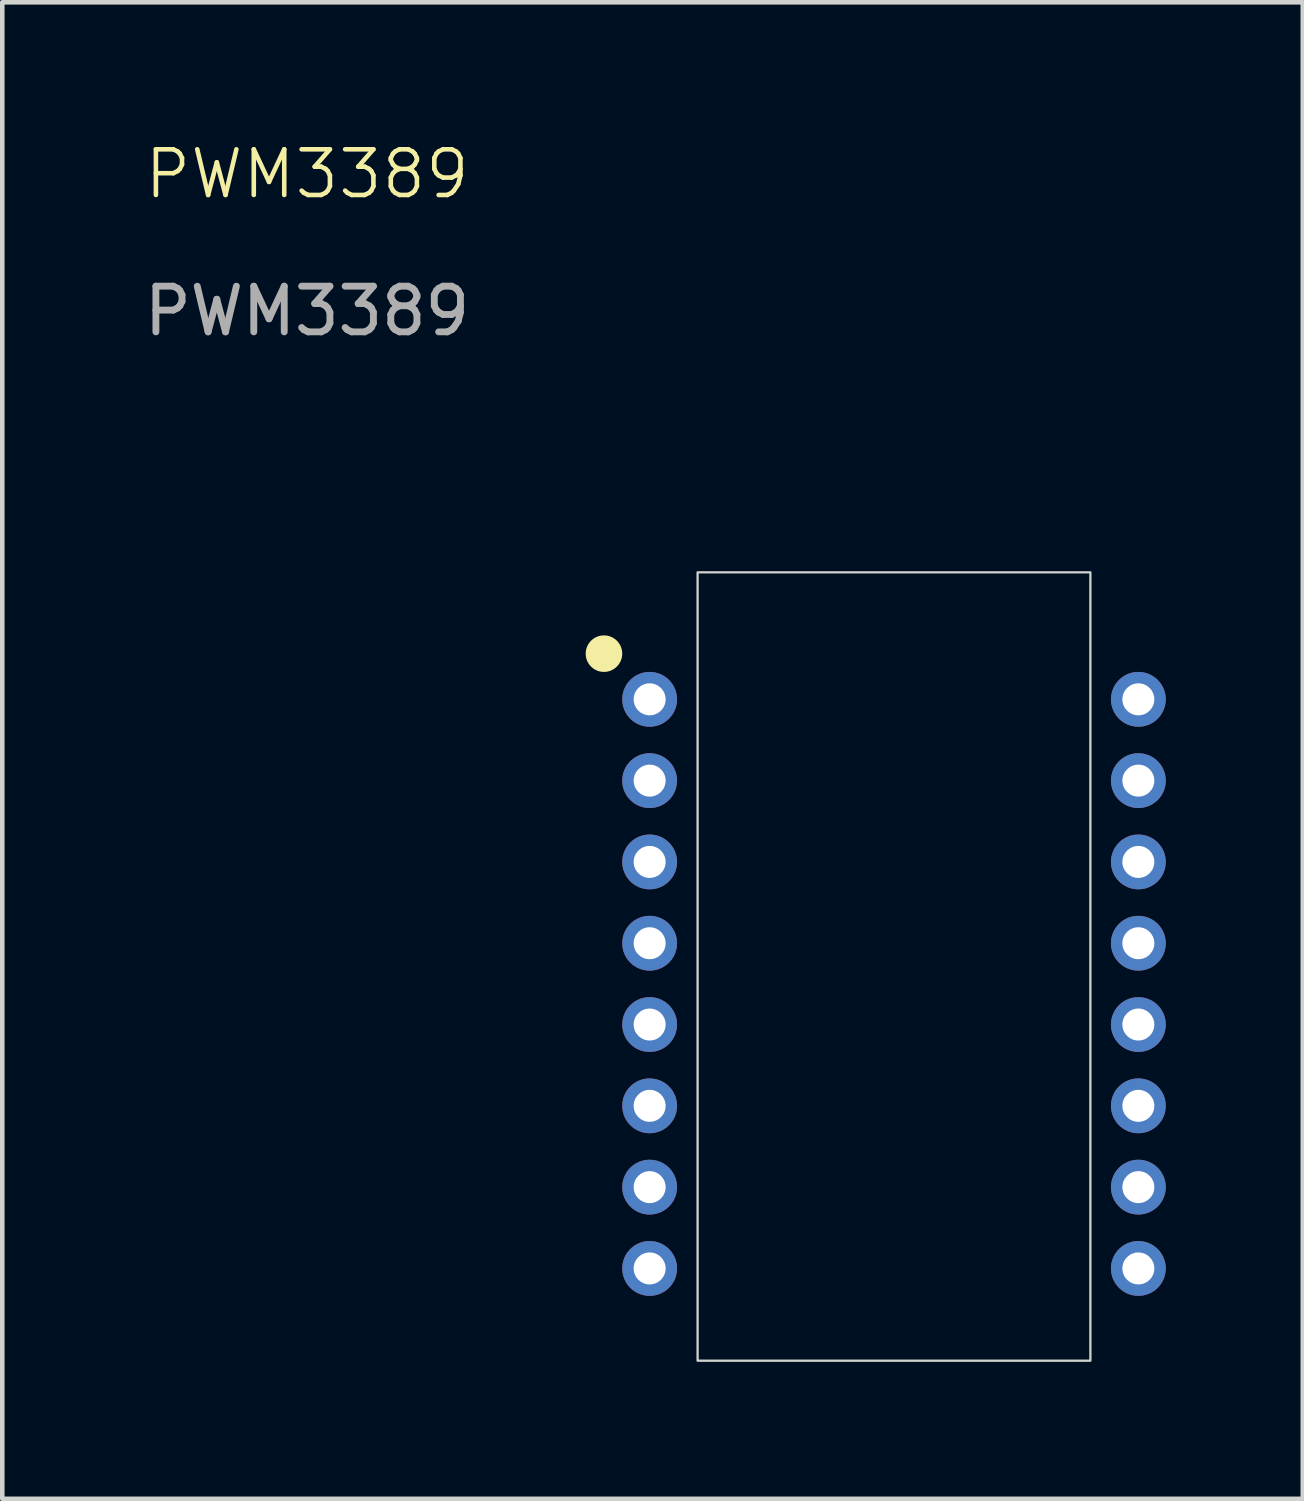
<source format=kicad_pcb>
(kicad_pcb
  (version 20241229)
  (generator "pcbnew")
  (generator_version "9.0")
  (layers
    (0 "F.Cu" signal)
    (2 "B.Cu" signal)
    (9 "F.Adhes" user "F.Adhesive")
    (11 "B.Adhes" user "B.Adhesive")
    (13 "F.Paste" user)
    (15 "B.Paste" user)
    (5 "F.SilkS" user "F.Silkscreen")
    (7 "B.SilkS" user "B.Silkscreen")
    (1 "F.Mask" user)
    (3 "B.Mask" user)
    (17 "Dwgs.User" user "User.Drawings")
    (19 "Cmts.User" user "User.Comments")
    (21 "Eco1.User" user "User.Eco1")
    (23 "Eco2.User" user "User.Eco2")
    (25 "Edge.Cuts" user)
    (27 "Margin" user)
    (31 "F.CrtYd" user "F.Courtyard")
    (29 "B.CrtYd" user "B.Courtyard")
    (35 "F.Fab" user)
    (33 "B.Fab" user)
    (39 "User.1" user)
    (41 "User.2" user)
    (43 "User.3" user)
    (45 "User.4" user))
  (footprint "PWM3389"
    (layer "F.Cu")
    (at 11.173 12.261)
    (property "Reference" "PWM3389" (at -7.5 -11.5 0) (unlocked yes) (layer "F.SilkS") (effects (font (size 1 1) (thickness 0.1))))
    (attr smd)
    (fp_circle (center -1 -1) (end -0.65 -1) (stroke (width 0.1) (type solid)) (fill yes) (layer "F.SilkS"))
    (fp_rect (start 1.05 -2.78) (end 9.65 14.48) (stroke (width 0.05) (type default)) (fill no) (layer "Edge.Cuts"))
    (fp_text user "${REFERENCE}" (at -7.5 -8.5 0) (unlocked yes) (layer "F.Fab") (effects (font (size 1 1) (thickness 0.15))))
    (pad "1" thru_hole circle (at 0 0) (size 1.2 1.2) (drill 0.7) (layers "*.Cu" "*.Mask"))
    (pad "2" thru_hole circle (at 0 1.78) (size 1.2 1.2) (drill 0.7) (layers "*.Cu" "*.Mask"))
    (pad "3" thru_hole circle (at 0 3.56) (size 1.2 1.2) (drill 0.7) (layers "*.Cu" "*.Mask"))
    (pad "4" thru_hole circle (at 0 5.34) (size 1.2 1.2) (drill 0.7) (layers "*.Cu" "*.Mask"))
    (pad "5" thru_hole circle (at 0 7.12) (size 1.2 1.2) (drill 0.7) (layers "*.Cu" "*.Mask"))
    (pad "6" thru_hole circle (at 0 8.9) (size 1.2 1.2) (drill 0.7) (layers "*.Cu" "*.Mask"))
    (pad "7" thru_hole circle (at 0 10.68) (size 1.2 1.2) (drill 0.7) (layers "*.Cu" "*.Mask"))
    (pad "8" thru_hole circle (at 0 12.46) (size 1.2 1.2) (drill 0.7) (layers "*.Cu" "*.Mask"))
    (pad "9" thru_hole circle (at 10.7 12.46) (size 1.2 1.2) (drill 0.7) (layers "*.Cu" "*.Mask"))
    (pad "10" thru_hole circle (at 10.7 10.68) (size 1.2 1.2) (drill 0.7) (layers "*.Cu" "*.Mask"))
    (pad "11" thru_hole circle (at 10.7 8.9) (size 1.2 1.2) (drill 0.7) (layers "*.Cu" "*.Mask"))
    (pad "12" thru_hole circle (at 10.7 7.12) (size 1.2 1.2) (drill 0.7) (layers "*.Cu" "*.Mask"))
    (pad "13" thru_hole circle (at 10.7 5.34) (size 1.2 1.2) (drill 0.7) (layers "*.Cu" "*.Mask"))
    (pad "14" thru_hole circle (at 10.7 3.56) (size 1.2 1.2) (drill 0.7) (layers "*.Cu" "*.Mask"))
    (pad "15" thru_hole circle (at 10.7 1.78) (size 1.2 1.2) (drill 0.7) (layers "*.Cu" "*.Mask"))
    (pad "16" thru_hole circle (at 10.7 0) (size 1.2 1.2) (drill 0.7) (layers "*.Cu" "*.Mask")))
  (gr_rect
    (start -3 -3)
    (end 25.473 29.765)
    (stroke (width 0.1) (type default))
    (fill no)
    (layer "Edge.Cuts")))
</source>
